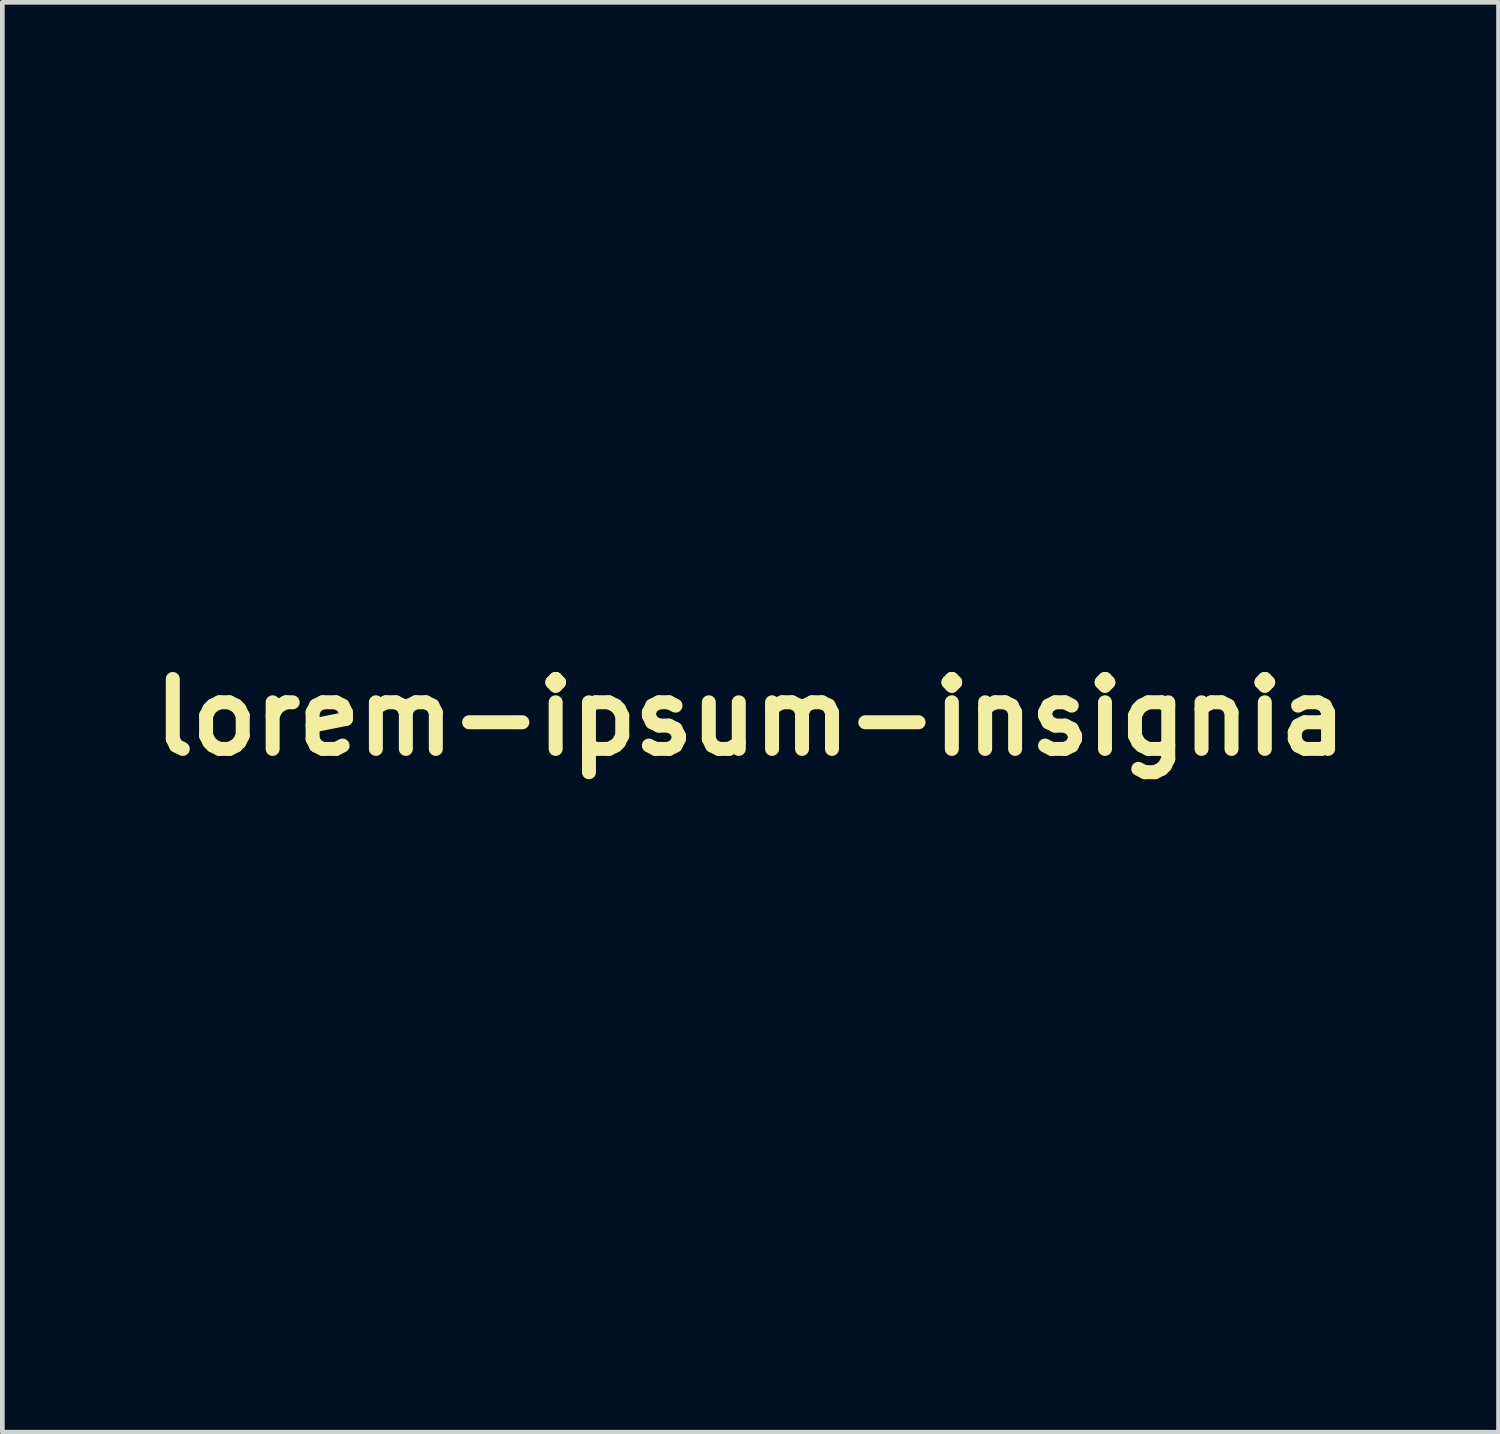
<source format=kicad_pcb>
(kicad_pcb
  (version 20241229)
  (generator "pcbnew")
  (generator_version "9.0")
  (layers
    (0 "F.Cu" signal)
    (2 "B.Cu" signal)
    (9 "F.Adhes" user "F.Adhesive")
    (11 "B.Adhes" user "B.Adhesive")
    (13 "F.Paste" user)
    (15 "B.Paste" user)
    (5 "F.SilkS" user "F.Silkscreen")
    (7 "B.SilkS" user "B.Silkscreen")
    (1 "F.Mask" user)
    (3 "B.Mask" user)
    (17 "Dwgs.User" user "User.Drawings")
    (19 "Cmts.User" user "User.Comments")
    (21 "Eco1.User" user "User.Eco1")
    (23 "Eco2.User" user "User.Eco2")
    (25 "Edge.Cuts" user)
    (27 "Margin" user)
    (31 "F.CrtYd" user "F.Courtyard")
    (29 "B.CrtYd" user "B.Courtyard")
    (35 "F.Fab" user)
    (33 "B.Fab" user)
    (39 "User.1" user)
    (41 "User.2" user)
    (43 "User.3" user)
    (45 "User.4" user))
  (footprint "lorem-ipsum-insignia"
    (layer "F.Cu")
    (at 13.05 12.339)
    (property "Reference" "lorem-ipsum-insignia" (at 0 0 0) (layer "F.SilkS") (effects (font (size 1.5 1.5) (thickness 0.3))))
    (attr board_only exclude_from_pos_files exclude_from_bom)
    (fp_poly (pts (xy 3.522 -0.556) (xy 3.617 -0.476) (xy 3.724 -0.435) (xy 3.83 -0.437) (xy 3.839 -0.44) (xy 3.909 -0.46) (xy 3.924 -0.312) (xy 3.933 -0.203) (xy 3.938 -0.079) (xy 3.94 0.004) (xy 3.94 0.171) (xy 3.858 0.171) (xy 3.782 0.157) (xy 3.704 0.123) (xy 3.692 0.116) (xy 3.6 0.027) (xy 3.527 -0.102) (xy 3.478 -0.264) (xy 3.456 -0.433) (xy 3.443 -0.647)) (stroke (width 0) (type solid)) (fill yes) (layer "F.Mask"))
    (fp_poly (pts (xy 4.666 -0.59) (xy 4.666 -0.531) (xy 4.658 -0.448) (xy 4.643 -0.351) (xy 4.623 -0.251) (xy 4.61 -0.202) (xy 4.555 -0.071) (xy 4.474 0.04) (xy 4.374 0.121) (xy 4.265 0.165) (xy 4.21 0.171) (xy 4.135 0.171) (xy 4.135 -0.147) (xy 4.136 -0.265) (xy 4.138 -0.364) (xy 4.141 -0.433) (xy 4.145 -0.464) (xy 4.146 -0.465) (xy 4.174 -0.457) (xy 4.225 -0.439) (xy 4.316 -0.427) (xy 4.419 -0.449) (xy 4.517 -0.499) (xy 4.566 -0.541) (xy 4.614 -0.586) (xy 4.65 -0.61) (xy 4.656 -0.612)) (stroke (width 0) (type solid)) (fill yes) (layer "F.Mask"))
    (fp_poly (pts (xy 8.297 2.434) (xy 8.393 2.475) (xy 8.491 2.549) (xy 8.582 2.651) (xy 8.595 2.669) (xy 8.685 2.84) (xy 8.746 3.043) (xy 8.778 3.272) (xy 8.779 3.522) (xy 8.751 3.784) (xy 8.693 4.053) (xy 8.64 4.226) (xy 8.6 4.331) (xy 8.551 4.437) (xy 8.5 4.534) (xy 8.453 4.612) (xy 8.413 4.661) (xy 8.392 4.674) (xy 8.369 4.657) (xy 8.317 4.612) (xy 8.241 4.542) (xy 8.146 4.454) (xy 8.039 4.351) (xy 8.014 4.327) (xy 7.781 4.094) (xy 7.587 3.884) (xy 7.43 3.693) (xy 7.307 3.518) (xy 7.215 3.356) (xy 7.152 3.203) (xy 7.132 3.136) (xy 7.109 2.969) (xy 7.13 2.823) (xy 7.195 2.696) (xy 7.23 2.654) (xy 7.291 2.599) (xy 7.348 2.574) (xy 7.414 2.569) (xy 7.529 2.585) (xy 7.643 2.633) (xy 7.764 2.721) (xy 7.794 2.746) (xy 7.854 2.796) (xy 7.897 2.828) (xy 7.913 2.835) (xy 7.925 2.809) (xy 7.947 2.752) (xy 7.962 2.711) (xy 8.021 2.593) (xy 8.098 2.5) (xy 8.183 2.442) (xy 8.212 2.432)) (stroke (width 0) (type solid)) (fill yes) (layer "F.Mask"))
    (fp_poly (pts (xy 1.579 7.32) (xy 1.626 7.337) (xy 1.676 7.373) (xy 1.743 7.439) (xy 1.75 7.446) (xy 1.843 7.558) (xy 1.916 7.679) (xy 1.934 7.717) (xy 1.969 7.795) (xy 1.996 7.835) (xy 2.023 7.847) (xy 2.042 7.843) (xy 2.219 7.81) (xy 2.377 7.818) (xy 2.513 7.865) (xy 2.624 7.948) (xy 2.703 8.066) (xy 2.741 8.179) (xy 2.757 8.269) (xy 2.755 8.345) (xy 2.736 8.433) (xy 2.731 8.448) (xy 2.711 8.51) (xy 2.684 8.563) (xy 2.644 8.618) (xy 2.583 8.684) (xy 2.494 8.77) (xy 2.465 8.798) (xy 2.356 8.898) (xy 2.224 9.014) (xy 2.087 9.131) (xy 1.96 9.236) (xy 1.958 9.238) (xy 1.857 9.318) (xy 1.741 9.407) (xy 1.618 9.501) (xy 1.493 9.594) (xy 1.374 9.681) (xy 1.266 9.759) (xy 1.176 9.822) (xy 1.11 9.866) (xy 1.076 9.885) (xy 1.073 9.886) (xy 1.061 9.864) (xy 1.048 9.81) (xy 1.043 9.782) (xy 1.033 9.691) (xy 1.024 9.562) (xy 1.015 9.403) (xy 1.006 9.226) (xy 0.999 9.039) (xy 0.993 8.854) (xy 0.99 8.679) (xy 0.988 8.525) (xy 0.989 8.402) (xy 0.991 8.344) (xy 1.007 8.121) (xy 1.026 7.94) (xy 1.05 7.796) (xy 1.08 7.68) (xy 1.119 7.588) (xy 1.168 7.512) (xy 1.206 7.467) (xy 1.308 7.379) (xy 1.409 7.331) (xy 1.521 7.317)) (stroke (width 0) (type solid)) (fill yes) (layer "F.Mask"))
    (fp_poly (pts (xy 3.131 2.401) (xy 3.284 2.413) (xy 3.398 2.434) (xy 3.615 2.514) (xy 3.818 2.632) (xy 3.995 2.781) (xy 4.111 2.916) (xy 4.176 3.005) (xy 4.326 2.878) (xy 4.536 2.717) (xy 4.74 2.598) (xy 4.946 2.518) (xy 5.164 2.473) (xy 5.396 2.461) (xy 5.529 2.463) (xy 5.63 2.471) (xy 5.718 2.487) (xy 5.81 2.514) (xy 5.861 2.531) (xy 6.094 2.625) (xy 6.284 2.73) (xy 6.439 2.852) (xy 6.564 2.997) (xy 6.665 3.171) (xy 6.736 3.34) (xy 6.792 3.524) (xy 6.828 3.713) (xy 6.846 3.919) (xy 6.847 4.156) (xy 6.844 4.228) (xy 6.803 4.643) (xy 6.715 5.061) (xy 6.583 5.479) (xy 6.408 5.893) (xy 6.193 6.3) (xy 5.94 6.695) (xy 5.65 7.076) (xy 5.325 7.438) (xy 4.968 7.779) (xy 4.808 7.915) (xy 4.686 8.013) (xy 4.555 8.114) (xy 4.424 8.211) (xy 4.303 8.297) (xy 4.2 8.366) (xy 4.125 8.411) (xy 4.12 8.414) (xy 4.102 8.419) (xy 4.079 8.415) (xy 4.048 8.397) (xy 4.004 8.363) (xy 3.943 8.307) (xy 3.861 8.227) (xy 3.752 8.118) (xy 3.63 7.995) (xy 3.498 7.859) (xy 3.365 7.72) (xy 3.24 7.587) (xy 3.131 7.468) (xy 3.044 7.371) (xy 3.007 7.329) (xy 2.655 6.888) (xy 2.35 6.459) (xy 2.092 6.044) (xy 1.882 5.641) (xy 1.718 5.251) (xy 1.601 4.874) (xy 1.531 4.51) (xy 1.509 4.184) (xy 1.511 3.998) (xy 1.524 3.843) (xy 1.549 3.701) (xy 1.59 3.554) (xy 1.639 3.416) (xy 1.76 3.15) (xy 1.911 2.924) (xy 2.091 2.736) (xy 2.3 2.587) (xy 2.539 2.478) (xy 2.679 2.435) (xy 2.81 2.412) (xy 2.967 2.401)) (stroke (width 0) (type solid)) (fill yes) (layer "F.Mask"))
    (fp_poly (pts (xy -3.518 -7.184) (xy -3.17 -7.13) (xy -2.836 -7.038) (xy -2.505 -6.904) (xy -2.412 -6.859) (xy -2.06 -6.657) (xy -1.738 -6.418) (xy -1.448 -6.144) (xy -1.193 -5.84) (xy -0.975 -5.507) (xy -0.797 -5.151) (xy -0.66 -4.773) (xy -0.571 -4.398) (xy -0.546 -4.202) (xy -0.533 -3.977) (xy -0.532 -3.739) (xy -0.543 -3.505) (xy -0.565 -3.293) (xy -0.582 -3.192) (xy -0.686 -2.791) (xy -0.832 -2.415) (xy -1.02 -2.062) (xy -1.251 -1.733) (xy -1.462 -1.491) (xy -1.761 -1.211) (xy -2.086 -0.972) (xy -2.436 -0.776) (xy -2.81 -0.622) (xy -3.157 -0.522) (xy -3.349 -0.487) (xy -3.573 -0.463) (xy -3.813 -0.45) (xy -4.054 -0.448) (xy -4.28 -0.459) (xy -4.454 -0.479) (xy -4.62 -0.513) (xy -4.81 -0.563) (xy -5.008 -0.625) (xy -5.197 -0.692) (xy -5.361 -0.76) (xy -5.411 -0.784) (xy -5.656 -0.926) (xy -3.719 -0.926) (xy -3.615 -0.941) (xy -3.525 -0.956) (xy -3.423 -0.975) (xy -3.389 -0.982) (xy -3.215 -1.027) (xy -3.023 -1.09) (xy -2.826 -1.167) (xy -2.638 -1.251) (xy -2.471 -1.338) (xy -2.338 -1.422) (xy -2.332 -1.426) (xy -2.254 -1.484) (xy -2.964 -2.277) (xy -3.114 -2.445) (xy -3.254 -2.601) (xy -3.381 -2.742) (xy -3.491 -2.865) (xy -3.581 -2.966) (xy -3.648 -3.04) (xy -3.687 -3.084) (xy -3.697 -3.094) (xy -3.702 -3.076) (xy -3.707 -3.012) (xy -3.711 -2.904) (xy -3.715 -2.755) (xy -3.717 -2.568) (xy -3.719 -2.346) (xy -3.719 -2.091) (xy -3.719 -2.022) (xy -3.719 -0.926) (xy -5.656 -0.926) (xy -5.762 -0.987) (xy -6.084 -1.227) (xy -6.355 -1.484) (xy -5.685 -1.484) (xy -5.614 -1.427) (xy -5.491 -1.344) (xy -5.331 -1.257) (xy -5.145 -1.173) (xy -4.945 -1.096) (xy -4.74 -1.03) (xy -4.544 -0.981) (xy -4.539 -0.98) (xy -4.413 -0.954) (xy -4.326 -0.939) (xy -4.271 -0.934) (xy -4.24 -0.939) (xy -4.224 -0.953) (xy -4.22 -0.96) (xy -4.218 -0.991) (xy -4.216 -1.065) (xy -4.214 -1.177) (xy -4.214 -1.323) (xy -4.213 -1.498) (xy -4.213 -1.695) (xy -4.214 -1.91) (xy -4.215 -2.053) (xy -4.221 -3.115) (xy -4.953 -2.3) (xy -5.685 -1.484) (xy -6.355 -1.484) (xy -6.372 -1.501) (xy -6.627 -1.806) (xy -6.844 -2.137) (xy -7.022 -2.493) (xy -7.158 -2.869) (xy -7.25 -3.263) (xy -7.27 -3.394) (xy -7.282 -3.54) (xy -7.287 -3.717) (xy -7.285 -3.91) (xy -7.282 -3.993) (xy -6.895 -3.993) (xy -6.89 -3.625) (xy -6.838 -3.258) (xy -6.748 -2.924) (xy -6.633 -2.629) (xy -6.492 -2.358) (xy -6.315 -2.098) (xy -6.219 -1.976) (xy -6.083 -1.81) (xy -6.016 -1.878) (xy -5.987 -1.908) (xy -5.929 -1.972) (xy -5.844 -2.064) (xy -5.736 -2.181) (xy -5.609 -2.32) (xy -5.465 -2.477) (xy -5.309 -2.648) (xy -5.143 -2.83) (xy -5.08 -2.9) (xy -4.218 -3.843) (xy -3.719 -3.843) (xy -2.796 -2.827) (xy -1.872 -1.811) (xy -1.79 -1.903) (xy -1.735 -1.968) (xy -1.667 -2.056) (xy -1.597 -2.15) (xy -1.586 -2.166) (xy -1.392 -2.479) (xy -1.241 -2.813) (xy -1.133 -3.163) (xy -1.07 -3.522) (xy -1.051 -3.888) (xy -1.078 -4.254) (xy -1.151 -4.616) (xy -1.201 -4.782) (xy -1.336 -5.112) (xy -1.512 -5.424) (xy -1.724 -5.714) (xy -1.968 -5.976) (xy -2.239 -6.206) (xy -2.532 -6.398) (xy -2.844 -6.549) (xy -2.874 -6.561) (xy -3.001 -6.606) (xy -3.142 -6.65) (xy -3.284 -6.69) (xy -3.417 -6.723) (xy -3.528 -6.745) (xy -3.606 -6.754) (xy -3.609 -6.754) (xy -3.687 -6.754) (xy -3.703 -5.744) (xy -3.707 -5.505) (xy -3.71 -5.262) (xy -3.713 -5.024) (xy -3.716 -4.801) (xy -3.718 -4.599) (xy -3.719 -4.429) (xy -3.719 -4.298) (xy -3.719 -4.289) (xy -3.719 -3.843) (xy -4.218 -3.843) (xy -4.209 -3.854) (xy -4.209 -5.313) (xy -4.209 -6.772) (xy -4.325 -6.76) (xy -4.552 -6.721) (xy -4.8 -6.655) (xy -5.054 -6.565) (xy -5.299 -6.457) (xy -5.52 -6.337) (xy -5.527 -6.332) (xy -5.675 -6.229) (xy -5.838 -6.093) (xy -6.005 -5.937) (xy -6.166 -5.771) (xy -6.31 -5.604) (xy -6.426 -5.449) (xy -6.458 -5.399) (xy -6.635 -5.067) (xy -6.766 -4.719) (xy -6.853 -4.36) (xy -6.895 -3.993) (xy -7.282 -3.993) (xy -7.277 -4.105) (xy -7.262 -4.288) (xy -7.242 -4.443) (xy -7.231 -4.503) (xy -7.121 -4.896) (xy -6.969 -5.269) (xy -6.778 -5.617) (xy -6.549 -5.94) (xy -6.286 -6.232) (xy -5.992 -6.493) (xy -5.668 -6.717) (xy -5.317 -6.904) (xy -4.984 -7.036) (xy -4.748 -7.106) (xy -4.523 -7.156) (xy -4.294 -7.186) (xy -4.042 -7.2) (xy -3.891 -7.202)) (stroke (width 0) (type solid)) (fill yes) (layer "F.Mask"))
    (fp_poly (pts (xy 0.193 -11.963) (xy 0.325 -11.707) (xy 0.449 -11.485) (xy 0.573 -11.284) (xy 0.705 -11.09) (xy 0.807 -10.953) (xy 1.12 -10.575) (xy 1.457 -10.24) (xy 1.815 -9.948) (xy 2.194 -9.699) (xy 2.591 -9.494) (xy 3.006 -9.334) (xy 3.435 -9.219) (xy 3.879 -9.15) (xy 4.335 -9.127) (xy 4.801 -9.152) (xy 5.276 -9.224) (xy 5.298 -9.228) (xy 5.735 -9.342) (xy 6.172 -9.502) (xy 6.602 -9.704) (xy 7.021 -9.947) (xy 7.422 -10.227) (xy 7.8 -10.541) (xy 7.885 -10.62) (xy 7.975 -10.702) (xy 8.052 -10.769) (xy 8.111 -10.816) (xy 8.143 -10.836) (xy 8.146 -10.836) (xy 8.168 -10.819) (xy 8.223 -10.772) (xy 8.307 -10.699) (xy 8.417 -10.602) (xy 8.548 -10.486) (xy 8.698 -10.353) (xy 8.862 -10.207) (xy 9.038 -10.051) (xy 9.044 -10.045) (xy 9.221 -9.887) (xy 9.388 -9.738) (xy 9.541 -9.602) (xy 9.676 -9.482) (xy 9.79 -9.38) (xy 9.879 -9.302) (xy 9.938 -9.249) (xy 9.966 -9.225) (xy 9.966 -9.225) (xy 9.985 -9.205) (xy 9.989 -9.183) (xy 9.974 -9.149) (xy 9.934 -9.094) (xy 9.874 -9.017) (xy 9.581 -8.616) (xy 9.31 -8.175) (xy 9.064 -7.7) (xy 8.846 -7.195) (xy 8.656 -6.667) (xy 8.497 -6.119) (xy 8.371 -5.557) (xy 8.28 -4.986) (xy 8.279 -4.98) (xy 8.262 -4.807) (xy 8.248 -4.604) (xy 8.239 -4.38) (xy 8.234 -4.146) (xy 8.233 -3.909) (xy 8.237 -3.681) (xy 8.244 -3.469) (xy 8.256 -3.284) (xy 8.272 -3.136) (xy 8.279 -3.095) (xy 8.344 -2.768) (xy 8.428 -2.439) (xy 8.532 -2.098) (xy 8.66 -1.737) (xy 8.809 -1.358) (xy 8.963 -0.98) (xy 9.097 -0.641) (xy 9.213 -0.337) (xy 9.312 -0.062) (xy 9.394 0.189) (xy 9.462 0.42) (xy 9.516 0.637) (xy 9.558 0.844) (xy 9.588 1.048) (xy 9.608 1.252) (xy 9.619 1.461) (xy 9.623 1.682) (xy 9.619 1.918) (xy 9.613 2.104) (xy 9.564 2.752) (xy 9.468 3.39) (xy 9.328 4.014) (xy 9.145 4.623) (xy 8.919 5.213) (xy 8.651 5.784) (xy 8.344 6.333) (xy 7.998 6.857) (xy 7.615 7.354) (xy 7.195 7.822) (xy 6.74 8.26) (xy 6.251 8.663) (xy 5.848 8.953) (xy 5.476 9.194) (xy 5.106 9.411) (xy 4.73 9.608) (xy 4.338 9.79) (xy 3.922 9.961) (xy 3.474 10.124) (xy 3.083 10.252) (xy 2.632 10.406) (xy 2.219 10.571) (xy 1.836 10.751) (xy 1.47 10.951) (xy 1.126 11.168) (xy 0.963 11.287) (xy 0.789 11.433) (xy 0.614 11.595) (xy 0.446 11.764) (xy 0.297 11.93) (xy 0.175 12.083) (xy 0.14 12.133) (xy 0.005 12.338) (xy -0.121 12.151) (xy -0.356 11.84) (xy -0.618 11.565) (xy -0.767 11.434) (xy -1.114 11.171) (xy -1.503 10.926) (xy -1.926 10.701) (xy -2.378 10.5) (xy -2.853 10.326) (xy -2.891 10.314) (xy -3.209 10.209) (xy -3.487 10.115) (xy -3.734 10.028) (xy -3.955 9.945) (xy -4.159 9.863) (xy -4.353 9.779) (xy -4.545 9.691) (xy -4.743 9.595) (xy -4.772 9.58) (xy -5.324 9.281) (xy -5.839 8.956) (xy -6.324 8.599) (xy -6.785 8.205) (xy -7.074 7.929) (xy -7.516 7.455) (xy -7.918 6.954) (xy -7.96 6.892) (xy -5.848 6.892) (xy -5.848 7.058) (xy -5.847 7.182) (xy -5.844 7.273) (xy -5.838 7.338) (xy -5.829 7.386) (xy -5.816 7.424) (xy -5.798 7.46) (xy -5.787 7.477) (xy -5.705 7.586) (xy -5.602 7.661) (xy -5.473 7.706) (xy -5.311 7.722) (xy -5.202 7.72) (xy -5.082 7.714) (xy -4.959 7.71) (xy -4.858 7.708) (xy -4.841 7.708) (xy -4.698 7.708) (xy -4.698 7.604) (xy -4.687 7.468) (xy -4.654 7.365) (xy -4.604 7.298) (xy -4.539 7.272) (xy -4.469 7.286) (xy -4.443 7.296) (xy -4.422 7.292) (xy -4.4 7.27) (xy -4.372 7.223) (xy -4.334 7.143) (xy -4.285 7.037) (xy -4.237 6.929) (xy -4.198 6.838) (xy -4.171 6.771) (xy -4.161 6.739) (xy -4.161 6.739) (xy -4.181 6.718) (xy -4.234 6.677) (xy -4.314 6.622) (xy -4.413 6.556) (xy -4.439 6.54) (xy -4.558 6.465) (xy -4.647 6.414) (xy -4.714 6.382) (xy -4.768 6.367) (xy -4.818 6.362) (xy -4.818 6.362) (xy -4.915 6.378) (xy -4.987 6.43) (xy -5.038 6.521) (xy -5.065 6.618) (xy -5.078 6.691) (xy -5.083 6.76) (xy -5.08 6.839) (xy -5.07 6.941) (xy -5.05 7.078) (xy -5.037 7.17) (xy -5.219 7.17) (xy -5.313 7.169) (xy -5.37 7.163) (xy -5.401 7.15) (xy -5.42 7.124) (xy -5.429 7.102) (xy -5.459 7.008) (xy -5.486 6.896) (xy -5.502 6.792) (xy -5.505 6.745) (xy -5.528 6.628) (xy -5.591 6.528) (xy -5.684 6.459) (xy -5.687 6.458) (xy -5.755 6.43) (xy -5.806 6.413) (xy -5.818 6.412) (xy -5.829 6.423) (xy -5.837 6.461) (xy -5.843 6.53) (xy -5.846 6.635) (xy -5.848 6.781) (xy -5.848 6.892) (xy -7.96 6.892) (xy -8.279 6.427) (xy -8.578 5.91) (xy -4.403 5.91) (xy -4.1 6.296) (xy -3.797 6.682) (xy -3.905 6.914) (xy -3.992 7.111) (xy -4.06 7.289) (xy -4.108 7.443) (xy -4.132 7.565) (xy -4.135 7.612) (xy -4.13 7.677) (xy -4.109 7.729) (xy -4.062 7.787) (xy -4.031 7.818) (xy -3.922 7.906) (xy -3.801 7.967) (xy -3.799 7.968) (xy -3.729 7.997) (xy -3.682 8.024) (xy -3.671 8.038) (xy -3.675 8.072) (xy -3.684 8.142) (xy -3.697 8.237) (xy -3.707 8.308) (xy -3.722 8.412) (xy -3.734 8.497) (xy -3.741 8.553) (xy -3.743 8.568) (xy -3.766 8.579) (xy -3.822 8.592) (xy -3.871 8.6) (xy -3.954 8.616) (xy -4.019 8.648) (xy -4.087 8.705) (xy -4.103 8.722) (xy -4.179 8.812) (xy -4.208 8.888) (xy -4.192 8.946) (xy -4.131 8.988) (xy -4.058 9.006) (xy -3.911 9.015) (xy -3.75 8.999) (xy -3.611 8.964) (xy -3.467 8.889) (xy -3.346 8.775) (xy -3.252 8.628) (xy -3.188 8.454) (xy -3.159 8.26) (xy -3.157 8.201) (xy -3.159 8.129) (xy -3.172 8.076) (xy -3.202 8.025) (xy -3.257 7.961) (xy -3.275 7.94) (xy -3.381 7.796) (xy -3.439 7.644) (xy -3.45 7.485) (xy -3.413 7.317) (xy -3.329 7.14) (xy -3.211 6.968) (xy -3.157 6.9) (xy -3.115 6.85) (xy -3.095 6.828) (xy -3.094 6.827) (xy -3.077 6.845) (xy -3.033 6.896) (xy -2.966 6.976) (xy -2.878 7.079) (xy -2.775 7.202) (xy -2.66 7.34) (xy -2.611 7.398) (xy -2.475 7.561) (xy -2.366 7.69) (xy -2.281 7.789) (xy -2.214 7.863) (xy -2.161 7.916) (xy -2.12 7.953) (xy -2.085 7.976) (xy -2.052 7.991) (xy -2.023 8.001) (xy -1.886 8.02) (xy -1.764 7.995) (xy -1.65 7.923) (xy -1.636 7.91) (xy -1.533 7.796) (xy -1.478 7.682) (xy -1.469 7.566) (xy -1.491 7.479) (xy -1.512 7.445) (xy -1.56 7.379) (xy -1.632 7.286) (xy -1.722 7.17) (xy -1.827 7.038) (xy -1.943 6.895) (xy -1.981 6.849) (xy -2.114 6.686) (xy -2.219 6.556) (xy -2.299 6.455) (xy -2.358 6.376) (xy -2.399 6.317) (xy -2.425 6.272) (xy -2.44 6.236) (xy -2.446 6.205) (xy -2.447 6.178) (xy -2.426 6.076) (xy -2.365 6.001) (xy -2.27 5.958) (xy -2.238 5.954) (xy -2.205 5.963) (xy -2.162 5.99) (xy -2.102 6.041) (xy -2.018 6.119) (xy -1.989 6.147) (xy -1.77 6.336) (xy -1.555 6.484) (xy -1.346 6.589) (xy -1.146 6.648) (xy -1.104 6.655) (xy -0.998 6.667) (xy -0.933 6.664) (xy -0.908 6.641) (xy -0.918 6.593) (xy -0.963 6.514) (xy -1.005 6.45) (xy -1.145 6.273) (xy -1.298 6.138) (xy -1.461 6.048) (xy -1.632 6.003) (xy -1.782 6.002) (xy -1.842 6.007) (xy -1.886 6.001) (xy -1.929 5.978) (xy -1.985 5.931) (xy -2.032 5.886) (xy -2.151 5.79) (xy -2.264 5.74) (xy -2.377 5.732) (xy -2.458 5.75) (xy -2.538 5.795) (xy -2.615 5.868) (xy -2.683 5.96) (xy -2.734 6.058) (xy -2.762 6.15) (xy -2.758 6.224) (xy -2.757 6.226) (xy -2.739 6.253) (xy -2.694 6.314) (xy -2.625 6.403) (xy -2.538 6.515) (xy -2.435 6.646) (xy -2.321 6.79) (xy -2.265 6.86) (xy -2.123 7.038) (xy -2.009 7.182) (xy -1.922 7.298) (xy -1.858 7.389) (xy -1.816 7.461) (xy -1.792 7.516) (xy -1.786 7.561) (xy -1.794 7.6) (xy -1.813 7.636) (xy -1.837 7.668) (xy -1.903 7.717) (xy -1.991 7.735) (xy -2.08 7.72) (xy -2.1 7.71) (xy -2.124 7.687) (xy -2.176 7.631) (xy -2.253 7.545) (xy -2.352 7.432) (xy -2.469 7.297) (xy -2.602 7.143) (xy -2.747 6.974) (xy -2.901 6.794) (xy -2.912 6.781) (xy -3.683 5.874) (xy -3.952 5.875) (xy -4.072 5.877) (xy -4.184 5.881) (xy -4.272 5.887) (xy -4.312 5.893) (xy -4.403 5.91) (xy -8.578 5.91) (xy -8.598 5.876) (xy -8.815 5.426) (xy -6.773 5.426) (xy -6.77 5.448) (xy -6.744 5.446) (xy -6.688 5.431) (xy -6.657 5.42) (xy -6.564 5.397) (xy -6.46 5.384) (xy -6.433 5.383) (xy -6.346 5.39) (xy -6.282 5.417) (xy -6.236 5.454) (xy -6.192 5.498) (xy -6.167 5.543) (xy -6.153 5.607) (xy -6.147 5.684) (xy -6.137 5.844) (xy -6.06 5.818) (xy -5.986 5.784) (xy -5.928 5.743) (xy -5.889 5.699) (xy -5.873 5.664) (xy -5.849 5.652) (xy -5.778 5.641) (xy -5.664 5.63) (xy -5.508 5.622) (xy -5.314 5.615) (xy -5.083 5.609) (xy -4.818 5.606) (xy -4.522 5.604) (xy -4.376 5.604) (xy -3.695 5.604) (xy -3.646 5.549) (xy -3.279 5.549) (xy -3.256 5.554) (xy -3.193 5.551) (xy -3.095 5.538) (xy -2.975 5.518) (xy -2.833 5.484) (xy -2.694 5.436) (xy -2.572 5.378) (xy -2.476 5.316) (xy -2.426 5.266) (xy -2.379 5.2) (xy -2.756 5.2) (xy -2.918 5.201) (xy -3.033 5.206) (xy -3.104 5.214) (xy -3.132 5.225) (xy -3.132 5.227) (xy -3.143 5.262) (xy -3.17 5.325) (xy -3.205 5.398) (xy -3.242 5.472) (xy -3.269 5.526) (xy -3.279 5.549) (xy -3.646 5.549) (xy -3.64 5.541) (xy -3.604 5.494) (xy -3.55 5.418) (xy -3.488 5.324) (xy -3.446 5.26) (xy -3.296 4.989) (xy -2.961 4.989) (xy -2.869 4.999) (xy -2.748 5.009) (xy -2.652 5.011) (xy -2.558 5.003) (xy -2.471 4.99) (xy -2.362 4.967) (xy -2.249 4.932) (xy -2.185 4.907) (xy -2.113 4.866) (xy -2.033 4.809) (xy -1.955 4.744) (xy -1.889 4.68) (xy -1.846 4.628) (xy -1.835 4.601) (xy -1.859 4.591) (xy -1.929 4.584) (xy -2.047 4.581) (xy -2.213 4.58) (xy -2.328 4.582) (xy -2.821 4.588) (xy -2.854 4.717) (xy -2.88 4.806) (xy -2.91 4.887) (xy -2.924 4.918) (xy -2.961 4.989) (xy -3.296 4.989) (xy -3.275 4.95) (xy -3.151 4.639) (xy -3.089 4.386) (xy -2.787 4.386) (xy -2.44 4.368) (xy -2.287 4.359) (xy -2.171 4.348) (xy -2.077 4.333) (xy -1.993 4.312) (xy -1.904 4.282) (xy -1.904 4.282) (xy -1.791 4.236) (xy -1.685 4.182) (xy -1.593 4.128) (xy -1.527 4.078) (xy -1.494 4.039) (xy -1.493 4.03) (xy -1.505 4.021) (xy -1.544 4.014) (xy -1.613 4.009) (xy -1.718 4.007) (xy -1.862 4.006) (xy -2.049 4.007) (xy -2.135 4.008) (xy -2.777 4.015) (xy -2.782 4.2) (xy -2.787 4.386) (xy -3.089 4.386) (xy -3.073 4.321) (xy -3.041 4.044) (xy -3.027 3.793) (xy -2.291 3.793) (xy -1.554 3.792) (xy -1.432 3.722) (xy -1.355 3.673) (xy -1.272 3.612) (xy -1.193 3.548) (xy -1.128 3.489) (xy -1.087 3.444) (xy -1.077 3.424) (xy -1.101 3.419) (xy -1.17 3.414) (xy -1.281 3.41) (xy -1.43 3.407) (xy -1.614 3.404) (xy -1.83 3.403) (xy -2.073 3.402) (xy -2.245 3.401) (xy -2.515 3.402) (xy -2.741 3.402) (xy -2.926 3.403) (xy -3.076 3.404) (xy -3.194 3.406) (xy -3.285 3.41) (xy -3.353 3.414) (xy -3.403 3.419) (xy -3.438 3.426) (xy -3.464 3.435) (xy -3.485 3.445) (xy -3.49 3.448) (xy -3.559 3.508) (xy -3.618 3.599) (xy -3.668 3.723) (xy -3.709 3.885) (xy -3.742 4.088) (xy -3.769 4.335) (xy -3.778 4.446) (xy -3.792 4.623) (xy -3.807 4.759) (xy -3.824 4.862) (xy -3.846 4.939) (xy -3.875 5) (xy -3.914 5.051) (xy -3.965 5.101) (xy -3.976 5.111) (xy -4.017 5.145) (xy -4.054 5.167) (xy -4.098 5.18) (xy -4.162 5.187) (xy -4.257 5.19) (xy -4.326 5.191) (xy -4.717 5.195) (xy -5.062 5.199) (xy -5.363 5.203) (xy -5.625 5.207) (xy -5.849 5.212) (xy -6.039 5.216) (xy -6.198 5.22) (xy -6.328 5.225) (xy -6.432 5.23) (xy -6.514 5.236) (xy -6.576 5.243) (xy -6.621 5.25) (xy -6.652 5.258) (xy -6.673 5.267) (xy -6.681 5.273) (xy -6.721 5.321) (xy -6.755 5.377) (xy -6.773 5.426) (xy -8.815 5.426) (xy -8.875 5.302) (xy -9.109 4.708) (xy -9.299 4.094) (xy -9.445 3.463) (xy -9.472 3.29) (xy -7.898 3.29) (xy -7.893 3.389) (xy -7.876 3.503) (xy -7.818 3.44) (xy -7.748 3.389) (xy -7.673 3.384) (xy -7.592 3.424) (xy -7.504 3.51) (xy -7.407 3.643) (xy -7.37 3.703) (xy -7.306 3.834) (xy -7.276 3.965) (xy -7.28 4.103) (xy -7.318 4.26) (xy -7.377 4.411) (xy -7.381 4.444) (xy -7.346 4.454) (xy -7.342 4.454) (xy -7.278 4.431) (xy -7.217 4.37) (xy -7.168 4.281) (xy -7.147 4.218) (xy -7.123 4.147) (xy -7.098 4.118) (xy -7.089 4.118) (xy -7.062 4.134) (xy -6.998 4.172) (xy -6.905 4.23) (xy -6.787 4.304) (xy -6.651 4.39) (xy -6.502 4.484) (xy -6.497 4.487) (xy -6.348 4.581) (xy -6.214 4.666) (xy -6.098 4.738) (xy -6.007 4.794) (xy -5.946 4.831) (xy -5.92 4.845) (xy -5.92 4.845) (xy -5.9 4.825) (xy -5.878 4.785) (xy -5.845 4.732) (xy -5.794 4.664) (xy -5.764 4.629) (xy -5.715 4.573) (xy -5.684 4.531) (xy -5.677 4.518) (xy -5.697 4.502) (xy -5.753 4.461) (xy -5.843 4.399) (xy -5.962 4.317) (xy -6.105 4.219) (xy -6.27 4.108) (xy -6.453 3.985) (xy -6.649 3.854) (xy -6.674 3.837) (xy -6.919 3.673) (xy -6.968 3.641) (xy -5.87 3.641) (xy -5.839 3.756) (xy -5.819 3.796) (xy -5.784 3.853) (xy -5.758 3.887) (xy -5.751 3.891) (xy -5.73 3.872) (xy -5.698 3.826) (xy -5.693 3.817) (xy -5.632 3.749) (xy -5.559 3.722) (xy -5.481 3.731) (xy -5.403 3.773) (xy -5.331 3.842) (xy -5.271 3.934) (xy -5.23 4.045) (xy -5.212 4.17) (xy -5.212 4.183) (xy -5.22 4.23) (xy -5.244 4.292) (xy -5.289 4.376) (xy -5.359 4.489) (xy -5.407 4.564) (xy -5.497 4.701) (xy -5.561 4.801) (xy -5.6 4.87) (xy -5.613 4.913) (xy -5.601 4.936) (xy -5.563 4.944) (xy -5.5 4.942) (xy -5.411 4.935) (xy -5.408 4.935) (xy -5.301 4.929) (xy -5.16 4.924) (xy -5.001 4.921) (xy -4.84 4.919) (xy -4.779 4.918) (xy -4.377 4.918) (xy -4.304 4.839) (xy -4.201 4.696) (xy -4.144 4.543) (xy -4.133 4.384) (xy -4.168 4.222) (xy -4.248 4.063) (xy -4.372 3.91) (xy -4.401 3.881) (xy -4.476 3.81) (xy -4.367 3.741) (xy -4.278 3.67) (xy -4.209 3.59) (xy -4.171 3.512) (xy -4.166 3.463) (xy -4.173 3.44) (xy -4.195 3.424) (xy -4.239 3.414) (xy -4.315 3.405) (xy -4.417 3.398) (xy -4.516 3.393) (xy -4.653 3.389) (xy -4.816 3.385) (xy -4.992 3.382) (xy -5.172 3.38) (xy -5.216 3.38) (xy -5.771 3.377) (xy -5.822 3.441) (xy -5.864 3.532) (xy -5.87 3.641) (xy -6.968 3.641) (xy -7.127 3.536) (xy -7.301 3.422) (xy -7.444 3.332) (xy -7.56 3.261) (xy -7.651 3.21) (xy -7.722 3.176) (xy -7.776 3.158) (xy -7.815 3.154) (xy -7.843 3.162) (xy -7.863 3.181) (xy -7.88 3.209) (xy -7.882 3.213) (xy -7.898 3.29) (xy -9.472 3.29) (xy -9.546 2.815) (xy -9.573 2.491) (xy -5.646 2.491) (xy -5.641 2.52) (xy -5.622 2.584) (xy -5.592 2.676) (xy -5.557 2.777) (xy -5.462 3.047) (xy -5.148 3.06) (xy -4.933 3.069) (xy -4.763 3.075) (xy -4.631 3.078) (xy -4.533 3.079) (xy -4.463 3.077) (xy -4.417 3.071) (xy -4.39 3.062) (xy -4.376 3.05) (xy -4.371 3.04) (xy -4.351 2.96) (xy -4.328 2.862) (xy -4.306 2.757) (xy -4.287 2.658) (xy -4.273 2.575) (xy -4.265 2.52) (xy -4.266 2.504) (xy -4.289 2.513) (xy -4.342 2.546) (xy -4.416 2.599) (xy -4.476 2.644) (xy -4.559 2.707) (xy -4.627 2.755) (xy -4.671 2.783) (xy -4.683 2.787) (xy -4.694 2.762) (xy -4.719 2.7) (xy -4.753 2.61) (xy -4.794 2.502) (xy -4.796 2.496) (xy -4.837 2.387) (xy -4.871 2.297) (xy -4.896 2.234) (xy -4.907 2.207) (xy -4.907 2.207) (xy -4.922 2.223) (xy -4.956 2.274) (xy -5.005 2.352) (xy -5.064 2.449) (xy -5.069 2.458) (xy -5.129 2.556) (xy -5.181 2.638) (xy -5.218 2.694) (xy -5.236 2.716) (xy -5.237 2.716) (xy -5.262 2.704) (xy -5.318 2.672) (xy -5.397 2.625) (xy -5.445 2.595) (xy -5.53 2.544) (xy -5.597 2.508) (xy -5.638 2.491) (xy -5.646 2.491) (xy -9.573 2.491) (xy -9.601 2.152) (xy -9.609 1.958) (xy -9.613 1.701) (xy -9.613 1.664) (xy 0.049 1.664) (xy 0.05 6.784) (xy 0.05 11.905) (xy 0.104 11.831) (xy 0.141 11.785) (xy 0.205 11.713) (xy 0.284 11.627) (xy 0.366 11.541) (xy 0.646 11.281) (xy 0.969 11.031) (xy 1.333 10.795) (xy 1.733 10.574) (xy 2.165 10.372) (xy 2.624 10.189) (xy 3.01 10.059) (xy 3.508 9.894) (xy 3.966 9.723) (xy 4.393 9.541) (xy 4.797 9.344) (xy 5.188 9.129) (xy 5.574 8.891) (xy 5.576 8.89) (xy 6.098 8.523) (xy 6.586 8.121) (xy 7.04 7.686) (xy 7.457 7.221) (xy 7.838 6.728) (xy 8.181 6.208) (xy 8.484 5.663) (xy 8.747 5.096) (xy 8.968 4.509) (xy 9.147 3.904) (xy 9.282 3.282) (xy 9.372 2.645) (xy 9.413 2.074) (xy 9.429 1.664) (xy 4.739 1.664) (xy 0.049 1.664) (xy -9.613 1.664) (xy -9.61 1.462) (xy -9.599 1.237) (xy -9.577 1.02) (xy -9.544 0.803) (xy -9.499 0.583) (xy -9.439 0.352) (xy -9.364 0.106) (xy -9.273 -0.161) (xy -9.164 -0.455) (xy -9.035 -0.783) (xy -8.9 -1.115) (xy -8.753 -1.479) (xy -8.628 -1.806) (xy -8.523 -2.102) (xy -8.437 -2.375) (xy -8.367 -2.631) (xy -8.314 -2.875) (xy -8.274 -3.116) (xy -8.246 -3.358) (xy -8.23 -3.609) (xy -8.223 -3.874) (xy -8.222 -3.983) (xy -8.246 -4.636) (xy -8.315 -5.275) (xy -8.432 -5.901) (xy -8.596 -6.519) (xy -8.808 -7.129) (xy -8.838 -7.205) (xy -8.991 -7.56) (xy -9.165 -7.916) (xy -9.354 -8.26) (xy -9.553 -8.583) (xy -9.754 -8.873) (xy -9.847 -8.993) (xy -9.907 -9.071) (xy -9.954 -9.134) (xy -9.97 -9.158) (xy -9.693 -9.158) (xy -9.679 -9.123) (xy -9.644 -9.068) (xy -9.584 -8.984) (xy -9.569 -8.963) (xy -9.308 -8.577) (xy -9.061 -8.152) (xy -8.834 -7.699) (xy -8.63 -7.226) (xy -8.453 -6.742) (xy -8.308 -6.259) (xy -8.237 -5.971) (xy -8.146 -5.516) (xy -8.081 -5.081) (xy -8.039 -4.647) (xy -8.02 -4.195) (xy -8.017 -3.976) (xy -8.025 -3.605) (xy -8.049 -3.263) (xy -8.094 -2.937) (xy -8.161 -2.612) (xy -8.252 -2.274) (xy -8.342 -1.991) (xy -8.368 -1.912) (xy -8.395 -1.836) (xy -8.423 -1.758) (xy -8.455 -1.671) (xy -8.494 -1.572) (xy -8.541 -1.453) (xy -8.598 -1.311) (xy -8.667 -1.14) (xy -8.751 -0.935) (xy -8.851 -0.69) (xy -8.858 -0.673) (xy -9 -0.313) (xy -9.118 0.014) (xy -9.213 0.317) (xy -9.289 0.604) (xy -9.346 0.884) (xy -9.388 1.164) (xy -9.41 1.376) (xy -9.427 1.566) (xy -4.738 1.566) (xy -0.049 1.566) (xy -0.049 0.544) (xy 4.038 0.544) (xy 4.105 0.527) (xy 4.169 0.503) (xy 4.243 0.462) (xy 4.26 0.45) (xy 4.367 0.354) (xy 4.47 0.216) (xy 4.564 0.045) (xy 4.646 -0.152) (xy 4.672 -0.232) (xy 4.708 -0.359) (xy 4.739 -0.503) (xy 4.768 -0.666) (xy 4.793 -0.853) (xy 4.816 -1.066) (xy 4.836 -1.31) (xy 4.855 -1.588) (xy 4.864 -1.759) (xy 4.989 -1.759) (xy 4.993 -1.699) (xy 5.001 -1.672) (xy 5.009 -1.669) (xy 5.034 -1.682) (xy 5.099 -1.716) (xy 5.201 -1.77) (xy 5.334 -1.842) (xy 5.496 -1.93) (xy 5.684 -2.032) (xy 5.894 -2.146) (xy 6.122 -2.27) (xy 6.365 -2.403) (xy 6.557 -2.508) (xy 8.077 -3.339) (xy 8.07 -3.762) (xy 8.066 -3.93) (xy 8.06 -4.052) (xy 8.053 -4.133) (xy 8.043 -4.176) (xy 8.034 -4.184) (xy 8.007 -4.179) (xy 7.938 -4.164) (xy 7.83 -4.14) (xy 7.688 -4.108) (xy 7.518 -4.07) (xy 7.325 -4.026) (xy 7.112 -3.978) (xy 6.885 -3.927) (xy 6.648 -3.873) (xy 6.407 -3.818) (xy 6.165 -3.763) (xy 5.929 -3.709) (xy 5.702 -3.657) (xy 5.49 -3.608) (xy 5.296 -3.563) (xy 5.127 -3.524) (xy 5.078 -3.513) (xy 5.062 -3.507) (xy 5.05 -3.494) (xy 5.041 -3.469) (xy 5.035 -3.424) (xy 5.03 -3.355) (xy 5.026 -3.255) (xy 5.024 -3.118) (xy 5.021 -2.939) (xy 5.021 -2.919) (xy 5.018 -2.73) (xy 5.013 -2.533) (xy 5.008 -2.343) (xy 5.003 -2.172) (xy 4.998 -2.032) (xy 4.996 -2) (xy 4.99 -1.858) (xy 4.989 -1.759) (xy 4.864 -1.759) (xy 4.872 -1.902) (xy 4.887 -2.257) (xy 4.901 -2.656) (xy 4.907 -2.839) (xy 4.911 -2.976) (xy 4.913 -3.094) (xy 4.914 -3.201) (xy 4.912 -3.304) (xy 4.907 -3.41) (xy 4.9 -3.526) (xy 4.888 -3.661) (xy 4.873 -3.82) (xy 4.853 -4.012) (xy 4.828 -4.244) (xy 4.822 -4.295) (xy 4.784 -4.643) (xy 4.747 -4.972) (xy 4.712 -5.279) (xy 4.678 -5.561) (xy 4.647 -5.814) (xy 4.619 -6.036) (xy 4.594 -6.223) (xy 4.572 -6.373) (xy 4.555 -6.482) (xy 4.541 -6.547) (xy 4.536 -6.564) (xy 4.511 -6.563) (xy 4.46 -6.546) (xy 4.398 -6.52) (xy 4.342 -6.492) (xy 4.313 -6.474) (xy 4.308 -6.449) (xy 4.297 -6.388) (xy 4.284 -6.302) (xy 4.28 -6.275) (xy 4.263 -6.175) (xy 4.242 -6.089) (xy 4.221 -6.032) (xy 4.218 -6.026) (xy 4.212 -6.01) (xy 4.207 -5.979) (xy 4.202 -5.929) (xy 4.197 -5.86) (xy 4.192 -5.767) (xy 4.186 -5.65) (xy 4.18 -5.506) (xy 4.174 -5.333) (xy 4.168 -5.127) (xy 4.161 -4.888) (xy 4.154 -4.612) (xy 4.145 -4.298) (xy 4.137 -3.943) (xy 4.127 -3.545) (xy 4.116 -3.101) (xy 4.111 -2.857) (xy 4.102 -2.468) (xy 4.093 -2.091) (xy 4.085 -1.728) (xy 4.077 -1.384) (xy 4.069 -1.06) (xy 4.063 -0.761) (xy 4.057 -0.489) (xy 4.051 -0.247) (xy 4.047 -0.039) (xy 4.043 0.133) (xy 4.04 0.266) (xy 4.038 0.355) (xy 4.038 0.4) (xy 4.038 0.4) (xy 4.038 0.544) (xy -0.049 0.544) (xy -0.049 -4.04) (xy 0.054 -4.04) (xy 0.054 -3.892) (xy 0.055 -3.837) (xy 0.061 -3.318) (xy 1.578 -2.468) (xy 1.829 -2.327) (xy 2.067 -2.194) (xy 2.289 -2.07) (xy 2.492 -1.957) (xy 2.671 -1.857) (xy 2.825 -1.772) (xy 2.948 -1.703) (xy 3.039 -1.653) (xy 3.093 -1.624) (xy 3.108 -1.616) (xy 3.111 -1.639) (xy 3.114 -1.705) (xy 3.117 -1.807) (xy 3.119 -1.94) (xy 3.12 -2.096) (xy 3.12 -2.166) (xy 3.235 -2.166) (xy 3.238 -1.947) (xy 3.245 -1.755) (xy 3.257 -1.601) (xy 3.263 -1.554) (xy 3.28 -1.425) (xy 3.298 -1.266) (xy 3.314 -1.097) (xy 3.328 -0.936) (xy 3.329 -0.918) (xy 3.353 -0.626) (xy 3.381 -0.378) (xy 3.414 -0.169) (xy 3.454 0.006) (xy 3.5 0.153) (xy 3.554 0.277) (xy 3.594 0.347) (xy 3.679 0.445) (xy 3.781 0.512) (xy 3.888 0.538) (xy 3.894 0.538) (xy 3.958 0.538) (xy 3.974 0.08) (xy 3.976 -0.006) (xy 3.98 -0.137) (xy 3.984 -0.309) (xy 3.99 -0.519) (xy 3.996 -0.763) (xy 4.002 -1.037) (xy 4.01 -1.337) (xy 4.017 -1.661) (xy 4.025 -2.003) (xy 4.034 -2.361) (xy 4.042 -2.73) (xy 4.051 -3.107) (xy 4.053 -3.214) (xy 4.063 -3.646) (xy 4.071 -4.032) (xy 4.079 -4.375) (xy 4.085 -4.678) (xy 4.091 -4.943) (xy 4.095 -5.173) (xy 4.099 -5.371) (xy 4.101 -5.54) (xy 4.102 -5.683) (xy 4.103 -5.802) (xy 4.102 -5.9) (xy 4.101 -5.98) (xy 4.099 -6.046) (xy 4.095 -6.099) (xy 4.091 -6.143) (xy 4.086 -6.18) (xy 4.08 -6.213) (xy 4.074 -6.245) (xy 4.071 -6.257) (xy 4.025 -6.465) (xy 3.909 -6.525) (xy 3.836 -6.558) (xy 3.795 -6.565) (xy 3.781 -6.553) (xy 3.743 -6.427) (xy 3.701 -6.26) (xy 3.656 -6.058) (xy 3.61 -5.831) (xy 3.564 -5.584) (xy 3.518 -5.324) (xy 3.476 -5.061) (xy 3.436 -4.8) (xy 3.402 -4.549) (xy 3.374 -4.315) (xy 3.353 -4.106) (xy 3.352 -4.087) (xy 3.339 -3.933) (xy 3.323 -3.753) (xy 3.306 -3.566) (xy 3.29 -3.395) (xy 3.288 -3.377) (xy 3.269 -3.148) (xy 3.254 -2.904) (xy 3.243 -2.653) (xy 3.237 -2.404) (xy 3.235 -2.166) (xy 3.12 -2.166) (xy 3.121 -2.27) (xy 3.121 -2.282) (xy 3.123 -2.491) (xy 3.126 -2.695) (xy 3.132 -2.884) (xy 3.14 -3.048) (xy 3.149 -3.178) (xy 3.154 -3.226) (xy 3.165 -3.337) (xy 3.173 -3.429) (xy 3.176 -3.492) (xy 3.174 -3.515) (xy 3.149 -3.523) (xy 3.082 -3.542) (xy 2.977 -3.572) (xy 2.839 -3.61) (xy 2.673 -3.656) (xy 2.484 -3.708) (xy 2.276 -3.764) (xy 2.054 -3.825) (xy 1.824 -3.887) (xy 1.589 -3.951) (xy 1.355 -4.014) (xy 1.127 -4.076) (xy 0.908 -4.134) (xy 0.705 -4.189) (xy 0.522 -4.238) (xy 0.363 -4.28) (xy 0.233 -4.314) (xy 0.138 -4.339) (xy 0.082 -4.353) (xy 0.068 -4.356) (xy 0.063 -4.332) (xy 0.058 -4.267) (xy 0.055 -4.168) (xy 0.054 -4.04) (xy -0.049 -4.04) (xy -0.049 -5.096) (xy -0.049 -7.378) (xy 3.042 -7.378) (xy 3.054 -7.32) (xy 3.062 -7.29) (xy 3.117 -7.177) (xy 3.211 -7.056) (xy 3.34 -6.931) (xy 3.496 -6.81) (xy 3.673 -6.697) (xy 3.824 -6.618) (xy 4.001 -6.533) (xy 4.013 -6.69) (xy 4.073 -6.69) (xy 4.077 -6.542) (xy 4.092 -6.396) (xy 4.116 -6.263) (xy 4.12 -6.246) (xy 4.144 -6.161) (xy 4.166 -6.098) (xy 4.182 -6.069) (xy 4.184 -6.069) (xy 4.196 -6.091) (xy 4.212 -6.15) (xy 4.229 -6.235) (xy 4.232 -6.258) (xy 4.252 -6.409) (xy 4.266 -6.562) (xy 4.274 -6.708) (xy 4.275 -6.838) (xy 4.27 -6.942) (xy 4.258 -7.009) (xy 4.253 -7.021) (xy 4.212 -7.077) (xy 4.173 -7.084) (xy 4.133 -7.042) (xy 4.119 -7.018) (xy 4.094 -6.941) (xy 4.079 -6.827) (xy 4.073 -6.69) (xy 4.013 -6.69) (xy 4.017 -6.741) (xy 4.032 -6.862) (xy 4.054 -6.969) (xy 4.078 -7.041) (xy 4.129 -7.114) (xy 4.184 -7.142) (xy 4.239 -7.122) (xy 4.275 -7.081) (xy 4.297 -7.036) (xy 4.31 -6.976) (xy 4.317 -6.89) (xy 4.319 -6.773) (xy 4.319 -6.672) (xy 4.32 -6.591) (xy 4.322 -6.543) (xy 4.323 -6.534) (xy 4.349 -6.545) (xy 4.406 -6.577) (xy 4.486 -6.623) (xy 4.577 -6.677) (xy 4.67 -6.733) (xy 4.755 -6.785) (xy 4.822 -6.828) (xy 4.833 -6.835) (xy 4.935 -6.912) (xy 5.044 -7.005) (xy 5.149 -7.106) (xy 5.241 -7.204) (xy 5.31 -7.291) (xy 5.34 -7.341) (xy 5.365 -7.396) (xy 5.375 -7.429) (xy 5.375 -7.431) (xy 5.35 -7.428) (xy 5.294 -7.414) (xy 5.251 -7.402) (xy 5.182 -7.383) (xy 5.078 -7.359) (xy 4.953 -7.331) (xy 4.821 -7.303) (xy 4.812 -7.301) (xy 4.606 -7.265) (xy 4.417 -7.242) (xy 4.234 -7.233) (xy 4.047 -7.239) (xy 3.846 -7.261) (xy 3.621 -7.298) (xy 3.361 -7.351) (xy 3.332 -7.358) (xy 3.222 -7.381) (xy 3.131 -7.398) (xy 3.067 -7.407) (xy 3.043 -7.407) (xy 3.042 -7.378) (xy -0.049 -7.378) (xy -0.049 -11.758) (xy -0.166 -11.55) (xy -0.437 -11.109) (xy -0.737 -10.702) (xy -1.061 -10.333) (xy -1.41 -10.002) (xy -1.78 -9.713) (xy -2.169 -9.467) (xy -2.344 -9.374) (xy -2.596 -9.261) (xy -2.88 -9.158) (xy -3.182 -9.069) (xy -3.483 -8.999) (xy -3.658 -8.969) (xy -3.83 -8.95) (xy -4.036 -8.938) (xy -4.261 -8.933) (xy -4.492 -8.935) (xy -4.715 -8.944) (xy -4.914 -8.96) (xy -4.996 -8.97) (xy -5.459 -9.058) (xy -5.921 -9.193) (xy -6.374 -9.37) (xy -6.814 -9.587) (xy -7.234 -9.842) (xy -7.627 -10.13) (xy -7.928 -10.391) (xy -8.126 -10.578) (xy -8.18 -10.53) (xy -8.21 -10.503) (xy -8.273 -10.447) (xy -8.363 -10.367) (xy -8.476 -10.266) (xy -8.609 -10.149) (xy -8.756 -10.018) (xy -8.914 -9.878) (xy -8.932 -9.862) (xy -9.089 -9.722) (xy -9.237 -9.591) (xy -9.37 -9.472) (xy -9.484 -9.371) (xy -9.575 -9.289) (xy -9.639 -9.233) (xy -9.67 -9.204) (xy -9.672 -9.203) (xy -9.69 -9.182) (xy -9.693 -9.158) (xy -9.97 -9.158) (xy -9.981 -9.174) (xy -9.984 -9.181) (xy -9.966 -9.201) (xy -9.916 -9.249) (xy -9.838 -9.322) (xy -9.735 -9.415) (xy -9.613 -9.526) (xy -9.475 -9.651) (xy -9.326 -9.785) (xy -9.169 -9.925) (xy -9.01 -10.068) (xy -8.852 -10.208) (xy -8.699 -10.344) (xy -8.557 -10.47) (xy -8.428 -10.583) (xy -8.317 -10.68) (xy -8.229 -10.755) (xy -8.168 -10.807) (xy -8.137 -10.831) (xy -8.136 -10.832) (xy -8.103 -10.821) (xy -8.044 -10.777) (xy -7.961 -10.706) (xy -7.886 -10.636) (xy -7.507 -10.299) (xy -7.101 -10.001) (xy -6.673 -9.744) (xy -6.224 -9.528) (xy -5.76 -9.356) (xy -5.283 -9.23) (xy -4.797 -9.15) (xy -4.796 -9.15) (xy -4.56 -9.133) (xy -4.296 -9.13) (xy -4.022 -9.141) (xy -3.755 -9.165) (xy -3.513 -9.201) (xy -3.46 -9.211) (xy -3.204 -9.271) (xy -2.969 -9.342) (xy -2.737 -9.431) (xy -2.49 -9.542) (xy -2.41 -9.581) (xy -2.169 -9.709) (xy -1.949 -9.846) (xy -1.74 -9.999) (xy -1.53 -10.176) (xy -1.307 -10.387) (xy -1.294 -10.399) (xy -1.078 -10.624) (xy -0.885 -10.844) (xy -0.711 -11.07) (xy -0.548 -11.312) (xy -0.389 -11.578) (xy -0.227 -11.879) (xy -0.17 -11.991) (xy 0.004 -12.339)) (stroke (width 0) (type solid)) (fill yes) (layer "F.Mask")))
  (gr_rect
    (start -3 -3)
    (end 29.1 27.677)
    (stroke (width 0.1) (type default))
    (fill no)
    (layer "Edge.Cuts")))
</source>
